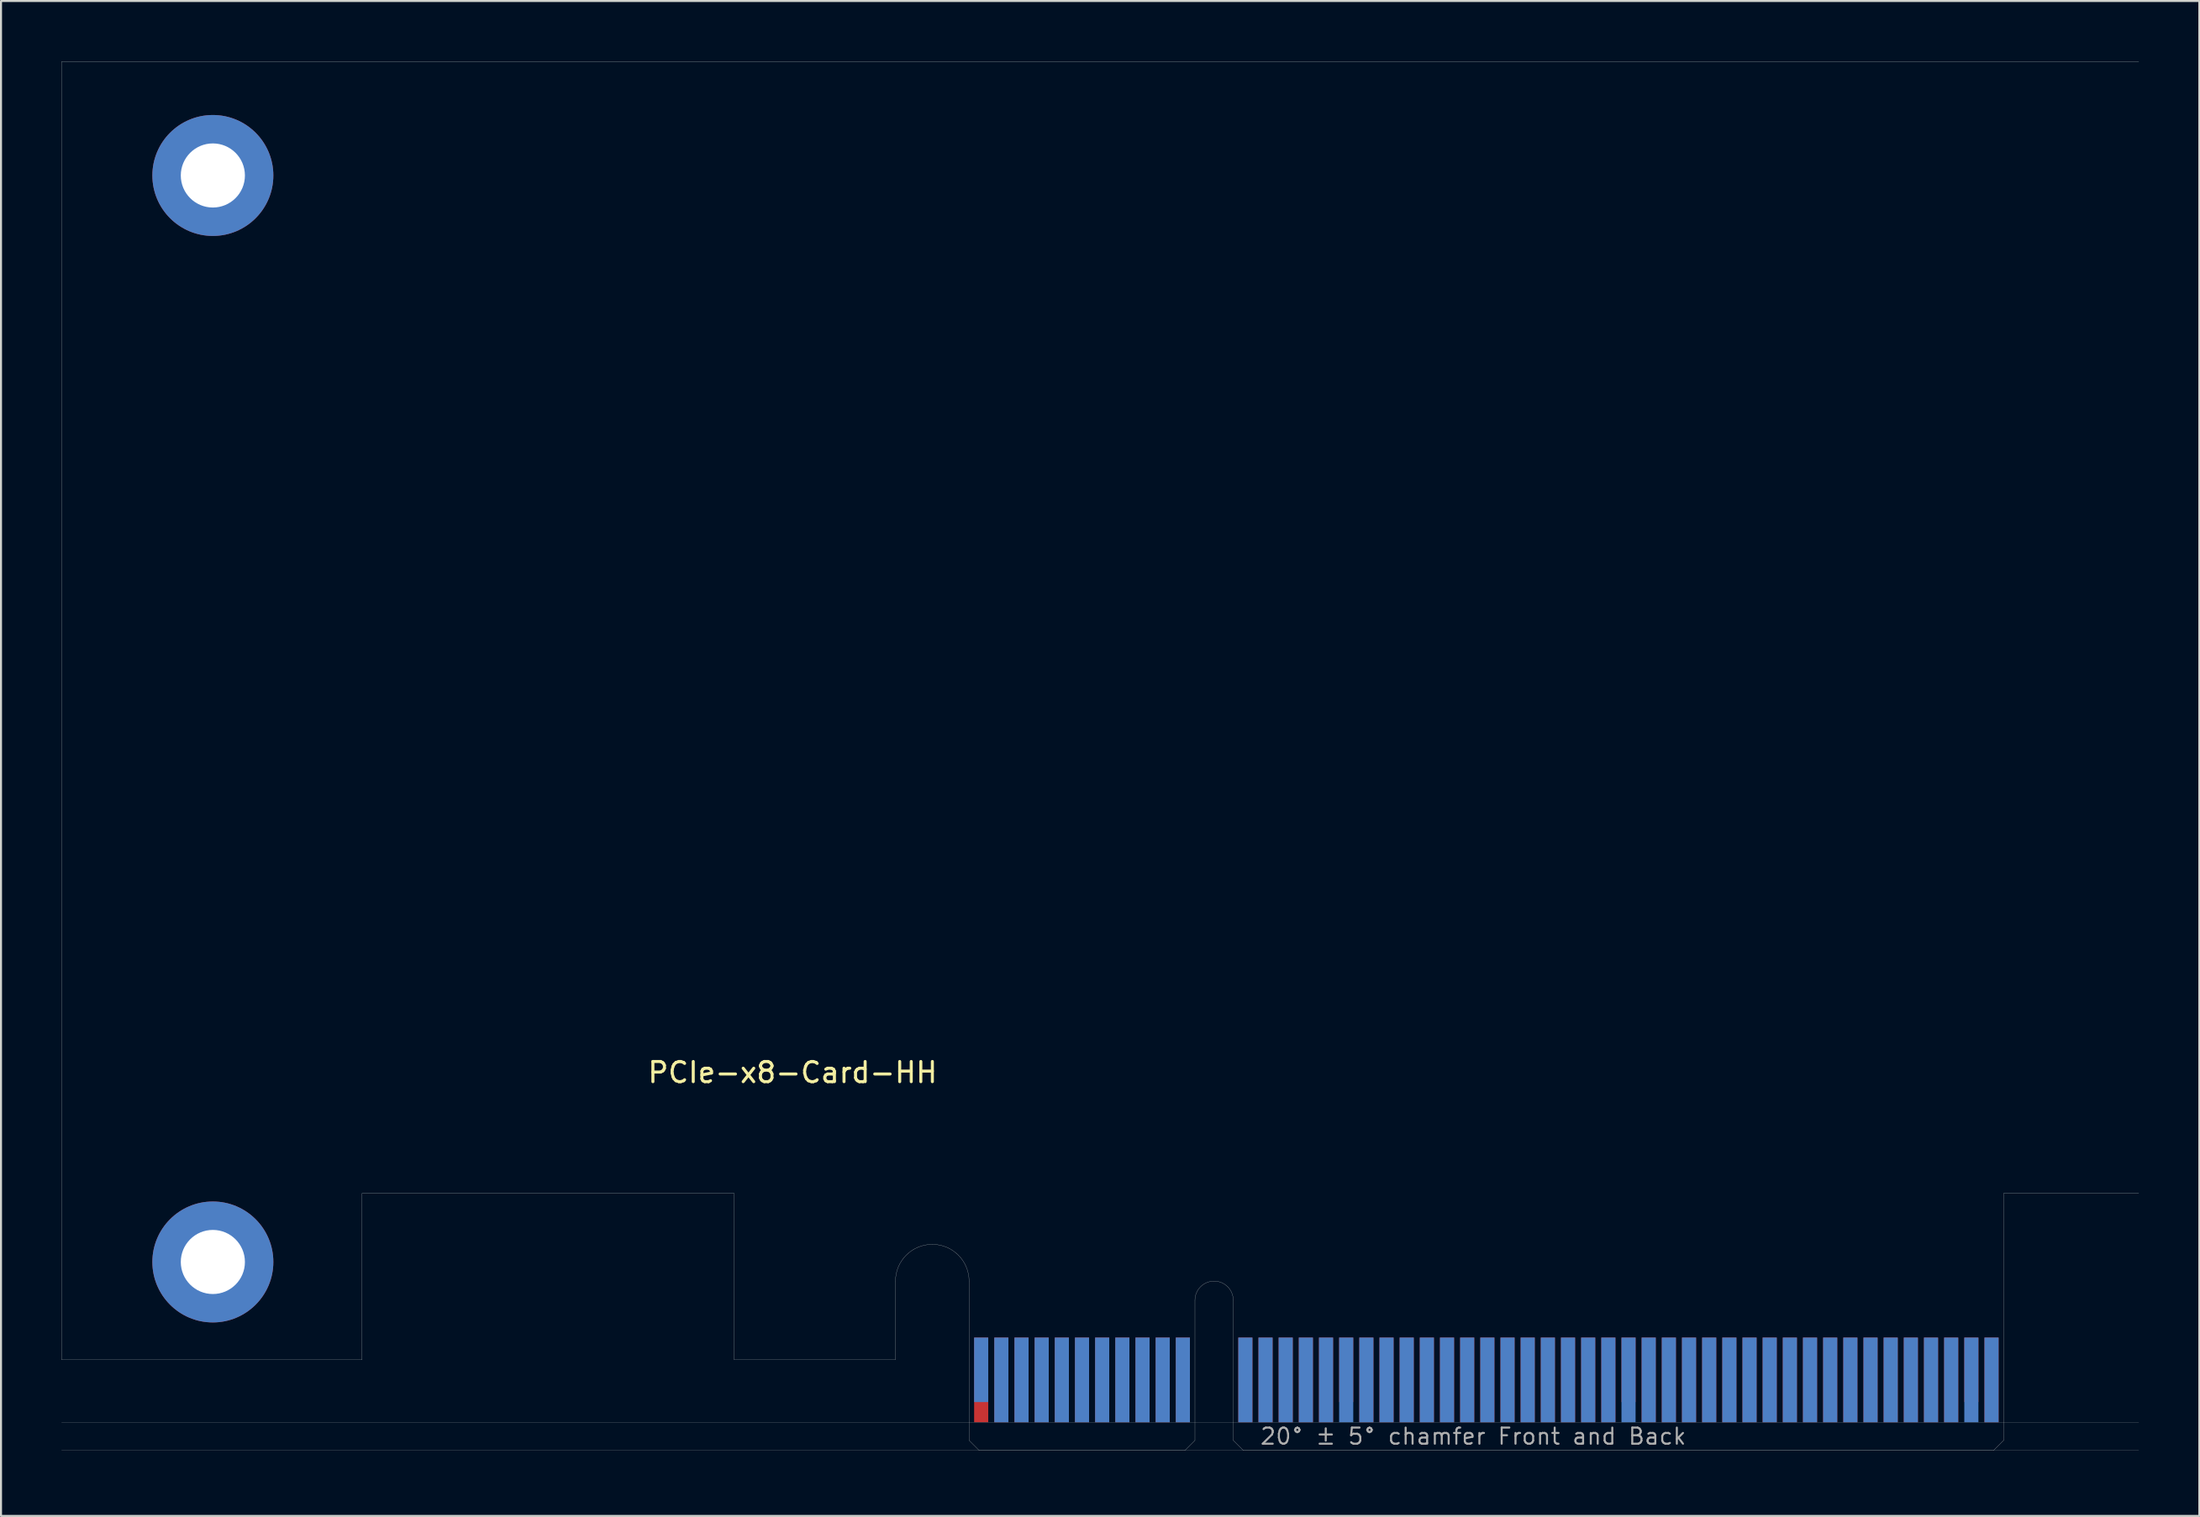
<source format=kicad_pcb>
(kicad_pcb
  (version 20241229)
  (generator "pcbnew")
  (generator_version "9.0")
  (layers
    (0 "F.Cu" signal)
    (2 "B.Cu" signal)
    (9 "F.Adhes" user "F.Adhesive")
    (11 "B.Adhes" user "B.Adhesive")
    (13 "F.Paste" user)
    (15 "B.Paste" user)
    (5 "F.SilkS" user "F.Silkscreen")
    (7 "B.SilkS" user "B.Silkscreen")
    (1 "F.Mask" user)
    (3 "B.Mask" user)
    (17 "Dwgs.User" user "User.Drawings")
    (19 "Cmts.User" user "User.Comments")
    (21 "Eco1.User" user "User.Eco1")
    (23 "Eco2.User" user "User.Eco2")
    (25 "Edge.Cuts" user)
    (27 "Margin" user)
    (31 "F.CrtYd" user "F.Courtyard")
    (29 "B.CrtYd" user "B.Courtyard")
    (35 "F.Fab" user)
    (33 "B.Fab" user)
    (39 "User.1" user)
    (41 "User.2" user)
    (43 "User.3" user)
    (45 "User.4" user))
  (footprint "PCIe-x8-Card-HH"
    (layer "F.Cu")
    (at 45.005 68.905)
    (property "Reference" "PCIe-x8-Card-HH" (at -8.75 -18.75 0) (layer "F.SilkS") (effects (font (size 1 1) (thickness 0.15))))
    (attr smd)
    (fp_poly (pts (xy -3.65 -4.5) (xy -11.65 -4.5) (xy -11.65 -7.95) (xy -3.65 -7.95)) (stroke (width 0.1) (type solid)) (fill yes) (layer "F.Mask"))
    (fp_poly (pts (xy 11.2 -5.45) (xy 0 -5.45) (xy 0 0) (xy 11.2 0)) (stroke (width 0.1) (type solid)) (fill yes) (layer "F.Mask"))
    (fp_poly (pts (xy 51.3 -5.45) (xy 13.1 -5.45) (xy 13.1 0) (xy 51.3 0)) (stroke (width 0.1) (type solid)) (fill yes) (layer "F.Mask"))
    (fp_poly (pts (xy -3.65 -7.95) (xy -11.65 -7.95) (xy -11.65 -4.5) (xy -3.65 -4.5)) (stroke (width 0.1) (type solid)) (fill yes) (layer "B.Mask"))
    (fp_poly (pts (xy 11.2 0) (xy 0 0) (xy 0 -5.45) (xy 11.2 -5.45)) (stroke (width 0.1) (type solid)) (fill yes) (layer "B.Mask"))
    (fp_poly (pts (xy 51.3 -5.45) (xy 13.1 -5.45) (xy 13.1 0) (xy 51.3 0)) (stroke (width 0.1) (type solid)) (fill yes) (layer "B.Mask"))
    (fp_line (start -45 -68.9) (end 58 -68.9) (stroke (width 0.01) (type solid)) (layer "Edge.Cuts"))
    (fp_line (start -45 -4.5) (end -45 -68.9) (stroke (width 0.01) (type solid)) (layer "Edge.Cuts"))
    (fp_line (start -30.1 -12.75) (end -30.1 -4.5) (stroke (width 0.01) (type solid)) (layer "Edge.Cuts"))
    (fp_line (start -30.1 -4.5) (end -45 -4.5) (stroke (width 0.01) (type solid)) (layer "Edge.Cuts"))
    (fp_line (start -11.65 -12.75) (end -30.1 -12.75) (stroke (width 0.01) (type solid)) (layer "Edge.Cuts"))
    (fp_line (start -11.65 -4.5) (end -11.65 -12.75) (stroke (width 0.01) (type solid)) (layer "Edge.Cuts"))
    (fp_line (start -3.65 -4.5) (end -11.65 -4.5) (stroke (width 0.01) (type solid)) (layer "Edge.Cuts"))
    (fp_line (start -3.65 -4.5) (end -3.65 -8.4) (stroke (width 0.01) (type solid)) (layer "Edge.Cuts"))
    (fp_line (start 0 -0.5) (end 0 -8.4) (stroke (width 0.01) (type solid)) (layer "Edge.Cuts"))
    (fp_line (start 0.5 0) (end 0 -0.5) (stroke (width 0.01) (type solid)) (layer "Edge.Cuts"))
    (fp_line (start 0.5 0) (end 10.7 0) (stroke (width 0.01) (type solid)) (layer "Edge.Cuts"))
    (fp_line (start 10.7 0) (end 11.2 -0.5) (stroke (width 0.01) (type solid)) (layer "Edge.Cuts"))
    (fp_line (start 11.2 -0.5) (end 11.2 -7.45) (stroke (width 0.01) (type solid)) (layer "Edge.Cuts"))
    (fp_line (start 13.1 -0.5) (end 13.1 -7.45) (stroke (width 0.01) (type solid)) (layer "Edge.Cuts"))
    (fp_line (start 13.6 0) (end 13.1 -0.5) (stroke (width 0.01) (type solid)) (layer "Edge.Cuts"))
    (fp_line (start 50.8 0) (end 13.6 0) (stroke (width 0.01) (type solid)) (layer "Edge.Cuts"))
    (fp_line (start 50.8 0) (end 51.3 -0.5) (stroke (width 0.01) (type solid)) (layer "Edge.Cuts"))
    (fp_line (start 51.3 -12.75) (end 58 -12.75) (stroke (width 0.01) (type solid)) (layer "Edge.Cuts"))
    (fp_line (start 51.3 -0.5) (end 51.3 -12.75) (stroke (width 0.01) (type solid)) (layer "Edge.Cuts"))
    (fp_arc (start -3.65 -8.4) (mid -1.825 -10.225) (end 0 -8.4) (stroke (width 0.01) (type solid)) (layer "Edge.Cuts"))
    (fp_arc (start 11.2 -7.45) (mid 12.15 -8.4) (end 13.1 -7.45) (stroke (width 0.01) (type solid)) (layer "Edge.Cuts"))
    (fp_line (start -45 -1.4) (end 58 -1.4) (stroke (width 0.01) (type solid)) (layer "F.Fab"))
    (fp_line (start -45 0) (end 58 0) (stroke (width 0.01) (type solid)) (layer "F.Fab"))
    (fp_text user "20° ± 5° chamfer Front and Back" (at 25 -0.7 0) (layer "F.Fab") (effects (font (size 0.8 0.8) (thickness 0.1))))
    (pad "A1" smd rect (at 0.6 -4) (size 0.7 3.2) (layers "B.Cu"))
    (pad "A2" smd rect (at 1.6 -3.5) (size 0.7 4.2) (layers "B.Cu"))
    (pad "A3" smd rect (at 2.6 -3.5) (size 0.7 4.2) (layers "B.Cu"))
    (pad "A4" smd rect (at 3.6 -3.5) (size 0.7 4.2) (layers "B.Cu"))
    (pad "A5" smd rect (at 4.6 -3.5) (size 0.7 4.2) (layers "B.Cu"))
    (pad "A6" smd rect (at 5.6 -3.5) (size 0.7 4.2) (layers "B.Cu"))
    (pad "A7" smd rect (at 6.6 -3.5) (size 0.7 4.2) (layers "B.Cu"))
    (pad "A8" smd rect (at 7.6 -3.5) (size 0.7 4.2) (layers "B.Cu"))
    (pad "A9" smd rect (at 8.6 -3.5) (size 0.7 4.2) (layers "B.Cu"))
    (pad "A10" smd rect (at 9.6 -3.5) (size 0.7 4.2) (layers "B.Cu"))
    (pad "A11" smd rect (at 10.6 -3.5) (size 0.7 4.2) (layers "B.Cu"))
    (pad "A12" smd rect (at 13.7 -3.5) (size 0.7 4.2) (layers "B.Cu"))
    (pad "A13" smd rect (at 14.7 -3.5) (size 0.7 4.2) (layers "B.Cu"))
    (pad "A14" smd rect (at 15.7 -3.5) (size 0.7 4.2) (layers "B.Cu"))
    (pad "A15" smd rect (at 16.7 -3.5) (size 0.7 4.2) (layers "B.Cu"))
    (pad "A16" smd rect (at 17.7 -3.5) (size 0.7 4.2) (layers "B.Cu"))
    (pad "A17" smd rect (at 18.7 -3.5) (size 0.7 4.2) (layers "B.Cu"))
    (pad "A18" smd rect (at 19.7 -3.5) (size 0.7 4.2) (layers "B.Cu"))
    (pad "A19" smd rect (at 20.7 -3.5) (size 0.7 4.2) (layers "B.Cu"))
    (pad "A20" smd rect (at 21.7 -3.5) (size 0.7 4.2) (layers "B.Cu"))
    (pad "A21" smd rect (at 22.7 -3.5) (size 0.7 4.2) (layers "B.Cu"))
    (pad "A22" smd rect (at 23.7 -3.5) (size 0.7 4.2) (layers "B.Cu"))
    (pad "A23" smd rect (at 24.7 -3.5) (size 0.7 4.2) (layers "B.Cu"))
    (pad "A24" smd rect (at 25.7 -3.5) (size 0.7 4.2) (layers "B.Cu"))
    (pad "A25" smd rect (at 26.7 -3.5) (size 0.7 4.2) (layers "B.Cu"))
    (pad "A26" smd rect (at 27.7 -3.5) (size 0.7 4.2) (layers "B.Cu"))
    (pad "A27" smd rect (at 28.7 -3.5) (size 0.7 4.2) (layers "B.Cu"))
    (pad "A28" smd rect (at 29.7 -3.5) (size 0.7 4.2) (layers "B.Cu"))
    (pad "A29" smd rect (at 30.7 -3.5) (size 0.7 4.2) (layers "B.Cu"))
    (pad "A30" smd rect (at 31.7 -3.5) (size 0.7 4.2) (layers "B.Cu"))
    (pad "A31" smd rect (at 32.7 -3.5) (size 0.7 4.2) (layers "B.Cu"))
    (pad "A32" smd rect (at 33.7 -3.5) (size 0.7 4.2) (layers "B.Cu"))
    (pad "A33" smd rect (at 34.7 -3.5) (size 0.7 4.2) (layers "B.Cu"))
    (pad "A34" smd rect (at 35.7 -3.5) (size 0.7 4.2) (layers "B.Cu"))
    (pad "A35" smd rect (at 36.7 -3.5) (size 0.7 4.2) (layers "B.Cu"))
    (pad "A36" smd rect (at 37.7 -3.5) (size 0.7 4.2) (layers "B.Cu"))
    (pad "A37" smd rect (at 38.7 -3.5) (size 0.7 4.2) (layers "B.Cu"))
    (pad "A38" smd rect (at 39.7 -3.5) (size 0.7 4.2) (layers "B.Cu"))
    (pad "A39" smd rect (at 40.7 -3.5) (size 0.7 4.2) (layers "B.Cu"))
    (pad "A40" smd rect (at 41.7 -3.5) (size 0.7 4.2) (layers "B.Cu"))
    (pad "A41" smd rect (at 42.7 -3.5) (size 0.7 4.2) (layers "B.Cu"))
    (pad "A42" smd rect (at 43.7 -3.5) (size 0.7 4.2) (layers "B.Cu"))
    (pad "A43" smd rect (at 44.7 -3.5) (size 0.7 4.2) (layers "B.Cu"))
    (pad "A44" smd rect (at 45.7 -3.5) (size 0.7 4.2) (layers "B.Cu"))
    (pad "A45" smd rect (at 46.7 -3.5) (size 0.7 4.2) (layers "B.Cu"))
    (pad "A46" smd rect (at 47.7 -3.5) (size 0.7 4.2) (layers "B.Cu"))
    (pad "A47" smd rect (at 48.7 -3.5) (size 0.7 4.2) (layers "B.Cu"))
    (pad "A48" smd rect (at 49.7 -3.5) (size 0.7 4.2) (layers "B.Cu"))
    (pad "A49" smd rect (at 50.7 -3.5) (size 0.7 4.2) (layers "B.Cu"))
    (pad "B1" smd rect (at 0.6 -3.5) (size 0.7 4.2) (layers "F.Cu"))
    (pad "B2" smd rect (at 1.6 -3.5) (size 0.7 4.2) (layers "F.Cu"))
    (pad "B3" smd rect (at 2.6 -3.5) (size 0.7 4.2) (layers "F.Cu"))
    (pad "B4" smd rect (at 3.6 -3.5) (size 0.7 4.2) (layers "F.Cu"))
    (pad "B5" smd rect (at 4.6 -3.5) (size 0.7 4.2) (layers "F.Cu"))
    (pad "B6" smd rect (at 5.6 -3.5) (size 0.7 4.2) (layers "F.Cu"))
    (pad "B7" smd rect (at 6.6 -3.5) (size 0.7 4.2) (layers "F.Cu"))
    (pad "B8" smd rect (at 7.6 -3.5) (size 0.7 4.2) (layers "F.Cu"))
    (pad "B9" smd rect (at 8.6 -3.5) (size 0.7 4.2) (layers "F.Cu"))
    (pad "B10" smd rect (at 9.6 -3.5) (size 0.7 4.2) (layers "F.Cu"))
    (pad "B11" smd rect (at 10.6 -3.5) (size 0.7 4.2) (layers "F.Cu"))
    (pad "B12" smd rect (at 13.7 -3.5) (size 0.7 4.2) (layers "F.Cu"))
    (pad "B13" smd rect (at 14.7 -3.5) (size 0.7 4.2) (layers "F.Cu"))
    (pad "B14" smd rect (at 15.7 -3.5) (size 0.7 4.2) (layers "F.Cu"))
    (pad "B15" smd rect (at 16.7 -3.5) (size 0.7 4.2) (layers "F.Cu"))
    (pad "B16" smd rect (at 17.7 -3.5) (size 0.7 4.2) (layers "F.Cu"))
    (pad "B17" smd rect (at 18.7 -4) (size 0.7 3.2) (layers "F.Cu"))
    (pad "B18" smd rect (at 19.7 -3.5) (size 0.7 4.2) (layers "F.Cu"))
    (pad "B19" smd rect (at 20.7 -3.5) (size 0.7 4.2) (layers "F.Cu"))
    (pad "B20" smd rect (at 21.7 -3.5) (size 0.7 4.2) (layers "F.Cu"))
    (pad "B21" smd rect (at 22.7 -3.5) (size 0.7 4.2) (layers "F.Cu"))
    (pad "B22" smd rect (at 23.7 -3.5) (size 0.7 4.2) (layers "F.Cu"))
    (pad "B23" smd rect (at 24.7 -3.5) (size 0.7 4.2) (layers "F.Cu"))
    (pad "B24" smd rect (at 25.7 -3.5) (size 0.7 4.2) (layers "F.Cu"))
    (pad "B25" smd rect (at 26.7 -3.5) (size 0.7 4.2) (layers "F.Cu"))
    (pad "B26" smd rect (at 27.7 -3.5) (size 0.7 4.2) (layers "F.Cu"))
    (pad "B27" smd rect (at 28.7 -3.5) (size 0.7 4.2) (layers "F.Cu"))
    (pad "B28" smd rect (at 29.7 -3.5) (size 0.7 4.2) (layers "F.Cu"))
    (pad "B29" smd rect (at 30.7 -3.5) (size 0.7 4.2) (layers "F.Cu"))
    (pad "B30" smd rect (at 31.7 -3.5) (size 0.7 4.2) (layers "F.Cu"))
    (pad "B31" smd rect (at 32.7 -4) (size 0.7 3.2) (layers "F.Cu"))
    (pad "B32" smd rect (at 33.7 -3.5) (size 0.7 4.2) (layers "F.Cu"))
    (pad "B33" smd rect (at 34.7 -3.5) (size 0.7 4.2) (layers "F.Cu"))
    (pad "B34" smd rect (at 35.7 -3.5) (size 0.7 4.2) (layers "F.Cu"))
    (pad "B35" smd rect (at 36.7 -3.5) (size 0.7 4.2) (layers "F.Cu"))
    (pad "B36" smd rect (at 37.7 -3.5) (size 0.7 4.2) (layers "F.Cu"))
    (pad "B37" smd rect (at 38.7 -3.5) (size 0.7 4.2) (layers "F.Cu"))
    (pad "B38" smd rect (at 39.7 -3.5) (size 0.7 4.2) (layers "F.Cu"))
    (pad "B39" smd rect (at 40.7 -3.5) (size 0.7 4.2) (layers "F.Cu"))
    (pad "B40" smd rect (at 41.7 -3.5) (size 0.7 4.2) (layers "F.Cu"))
    (pad "B41" smd rect (at 42.7 -3.5) (size 0.7 4.2) (layers "F.Cu"))
    (pad "B42" smd rect (at 43.7 -3.5) (size 0.7 4.2) (layers "F.Cu"))
    (pad "B43" smd rect (at 44.7 -3.5) (size 0.7 4.2) (layers "F.Cu"))
    (pad "B44" smd rect (at 45.7 -3.5) (size 0.7 4.2) (layers "F.Cu"))
    (pad "B45" smd rect (at 46.7 -3.5) (size 0.7 4.2) (layers "F.Cu"))
    (pad "B46" smd rect (at 47.7 -3.5) (size 0.7 4.2) (layers "F.Cu"))
    (pad "B47" smd rect (at 48.7 -3.5) (size 0.7 4.2) (layers "F.Cu"))
    (pad "B48" smd rect (at 49.7 -4) (size 0.7 3.2) (layers "F.Cu"))
    (pad "B49" smd rect (at 50.7 -3.5) (size 0.7 4.2) (layers "F.Cu"))
    (pad "G1" thru_hole circle (at -37.5 -63.25) (size 6 6) (drill 3.18) (layers "*.Cu" "*.Mask"))
    (pad "G2" thru_hole circle (at -37.5 -9.35) (size 6 6) (drill 3.18) (layers "*.Cu" "*.Mask")))
  (gr_rect
    (start -3 -3)
    (end 106.01 72.155)
    (stroke (width 0.1) (type default))
    (fill no)
    (layer "Edge.Cuts")))
</source>
